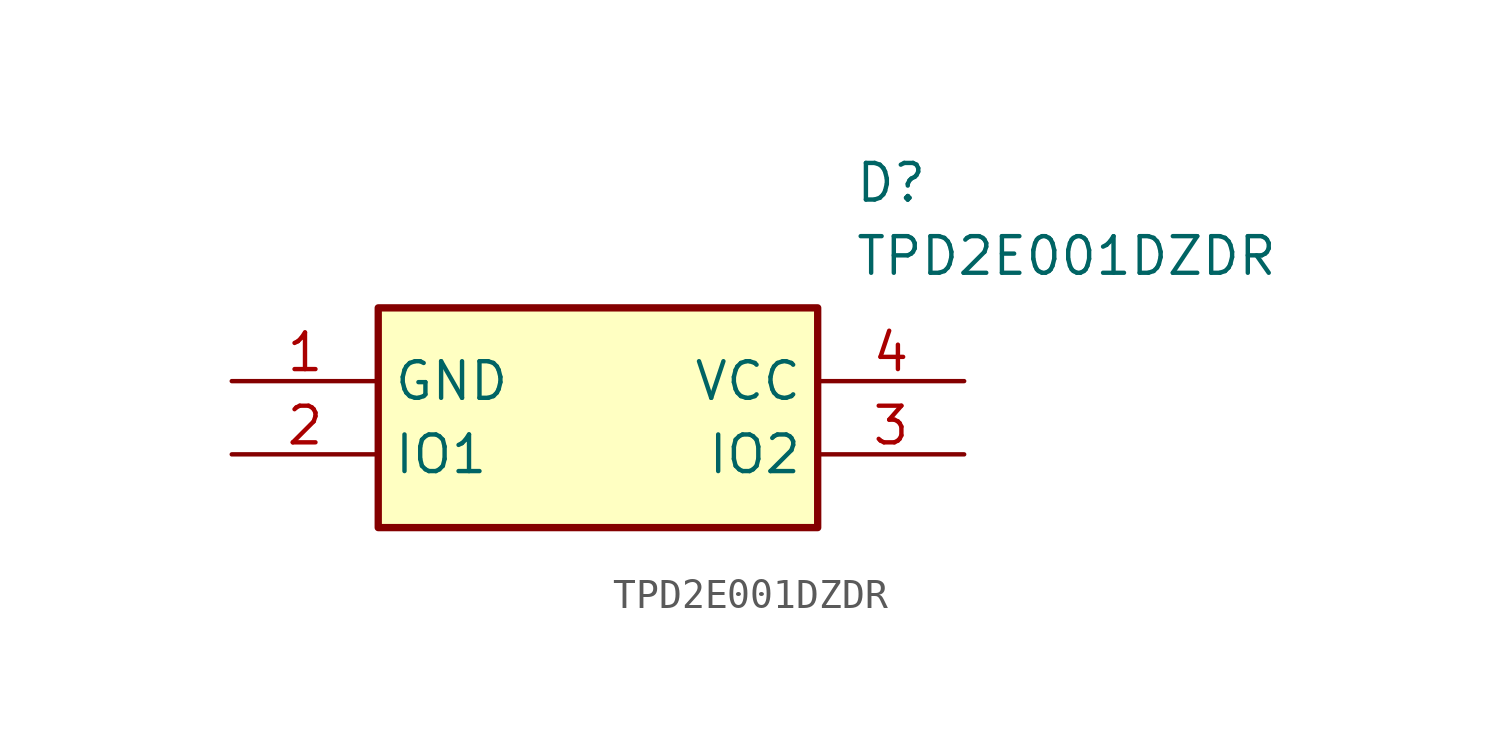
<source format=kicad_sym>
(kicad_symbol_lib
  (version 20231120)
  (generator "kicad_symbol_editor")
  (generator_version "8.0")
  (symbol "TPD2E001DZDR"
    (property "Reference" "D"
      (at 21.59 7.62 0)
      (effects (font (size 1.27 1.27)) (justify left top)))
    (property "Value" "TPD2E001DZDR"
      (at 21.59 5.08 0)
      (effects (font (size 1.27 1.27)) (justify left top)))
    (symbol "TPD2E001DZDR_1_1"
      (rectangle (start 5.08 2.54) (end 20.32 -5.08) (stroke (width 0.254) (type default)) (fill (type background)))
      (pin passive line (at 0 0 0) (length 5.08) (name "GND" (effects (font (size 1.27 1.27)))) (number "1" (effects (font (size 1.27 1.27)))))
      (pin passive line (at 0 -2.54 0) (length 5.08) (name "IO1" (effects (font (size 1.27 1.27)))) (number "2" (effects (font (size 1.27 1.27)))))
      (pin passive line (at 25.4 -2.54 180) (length 5.08) (name "IO2" (effects (font (size 1.27 1.27)))) (number "3" (effects (font (size 1.27 1.27)))))
      (pin passive line (at 25.4 0 180) (length 5.08) (name "VCC" (effects (font (size 1.27 1.27)))) (number "4" (effects (font (size 1.27 1.27))))))))
</source>
